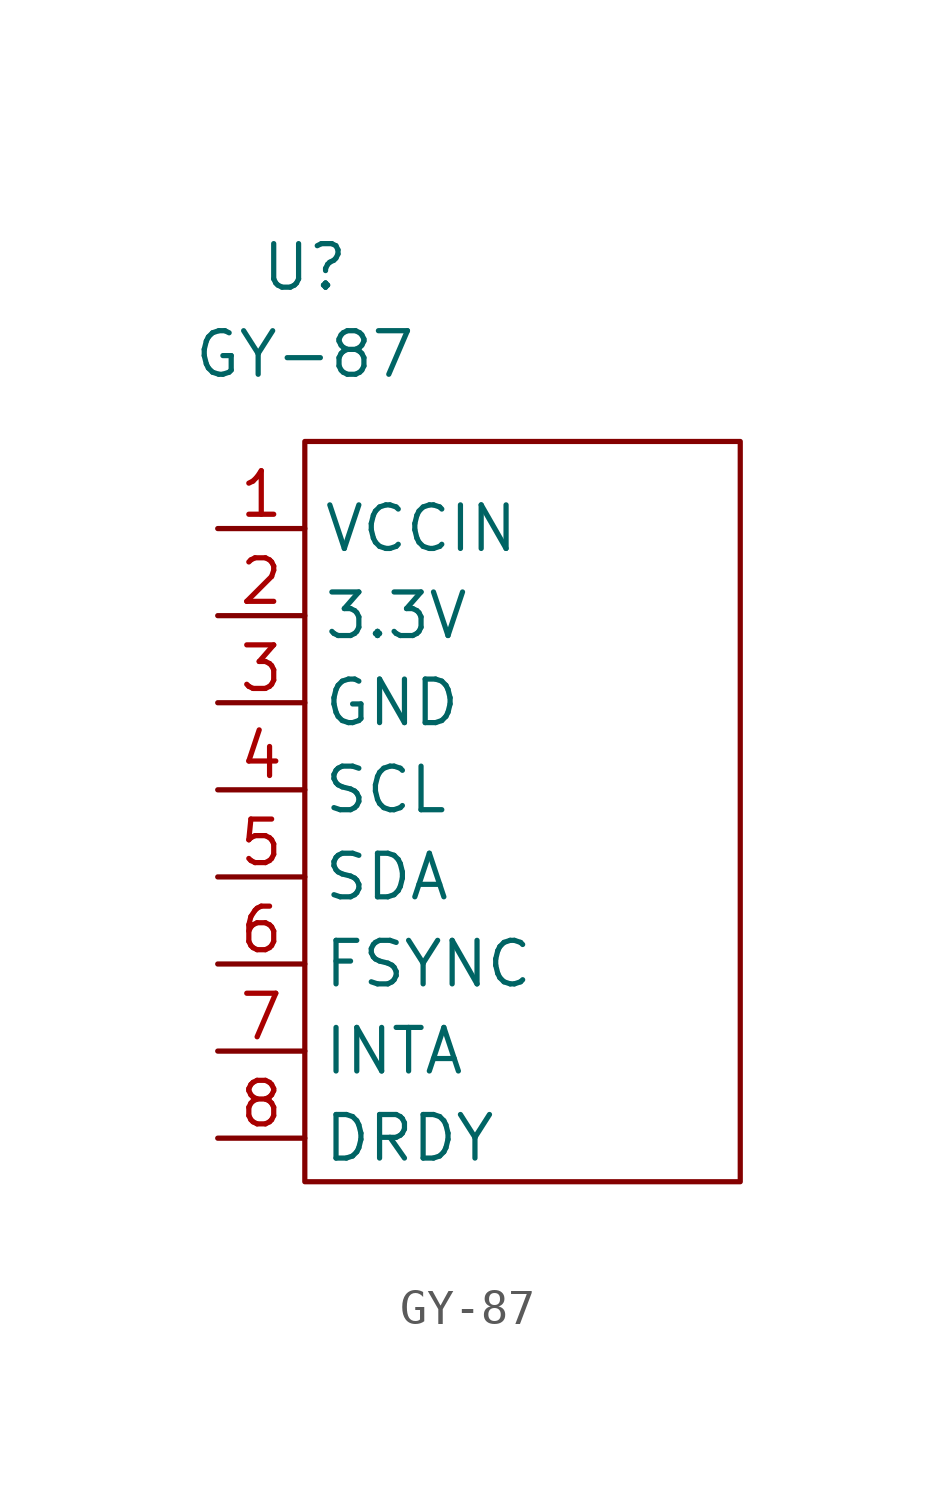
<source format=kicad_sym>
(kicad_symbol_lib
  (version 20211014)
  (generator kicad_symbol_editor)
  (symbol "GY-87"
    (power)
    (property "Reference" "U"
      (at 0 7.62 0)
      (effects (font (size 1.27 1.27))))
    (property "Value" "GY-87"
      (at 0 5.08 0)
      (effects (font (size 1.27 1.27))))
    (symbol "GY-87_0_1"
      (rectangle (start 0 2.54) (end 12.7 -19.05) (stroke (width 0.152) (type default) (color 0 0 0 0)) (fill (type none))))
    (symbol "GY-87_1_1"
      (pin power_in line (at -2.54 0 0) (length 2.54) (name "VCCIN" (effects (font (size 1.27 1.27)))) (number "1" (effects (font (size 1.27 1.27)))) (alternate "VCC" input line))
      (pin power_in line (at -2.54 -2.54 0) (length 2.54) (name "3.3V" (effects (font (size 1.27 1.27)))) (number "2" (effects (font (size 1.27 1.27)))))
      (pin power_in line (at -2.54 -5.08 0) (length 2.54) (name "GND" (effects (font (size 1.27 1.27)))) (number "3" (effects (font (size 1.27 1.27)))))
      (pin input line (at -2.54 -7.62 0) (length 2.54) (name "SCL" (effects (font (size 1.27 1.27)))) (number "4" (effects (font (size 1.27 1.27)))))
      (pin input line (at -2.54 -10.16 0) (length 2.54) (name "SDA" (effects (font (size 1.27 1.27)))) (number "5" (effects (font (size 1.27 1.27)))))
      (pin input line (at -2.54 -12.7 0) (length 2.54) (name "FSYNC" (effects (font (size 1.27 1.27)))) (number "6" (effects (font (size 1.27 1.27)))))
      (pin input line (at -2.54 -15.24 0) (length 2.54) (name "INTA" (effects (font (size 1.27 1.27)))) (number "7" (effects (font (size 1.27 1.27)))))
      (pin input line (at -2.54 -17.78 0) (length 2.54) (name "DRDY" (effects (font (size 1.27 1.27)))) (number "8" (effects (font (size 1.27 1.27))))))))
</source>
